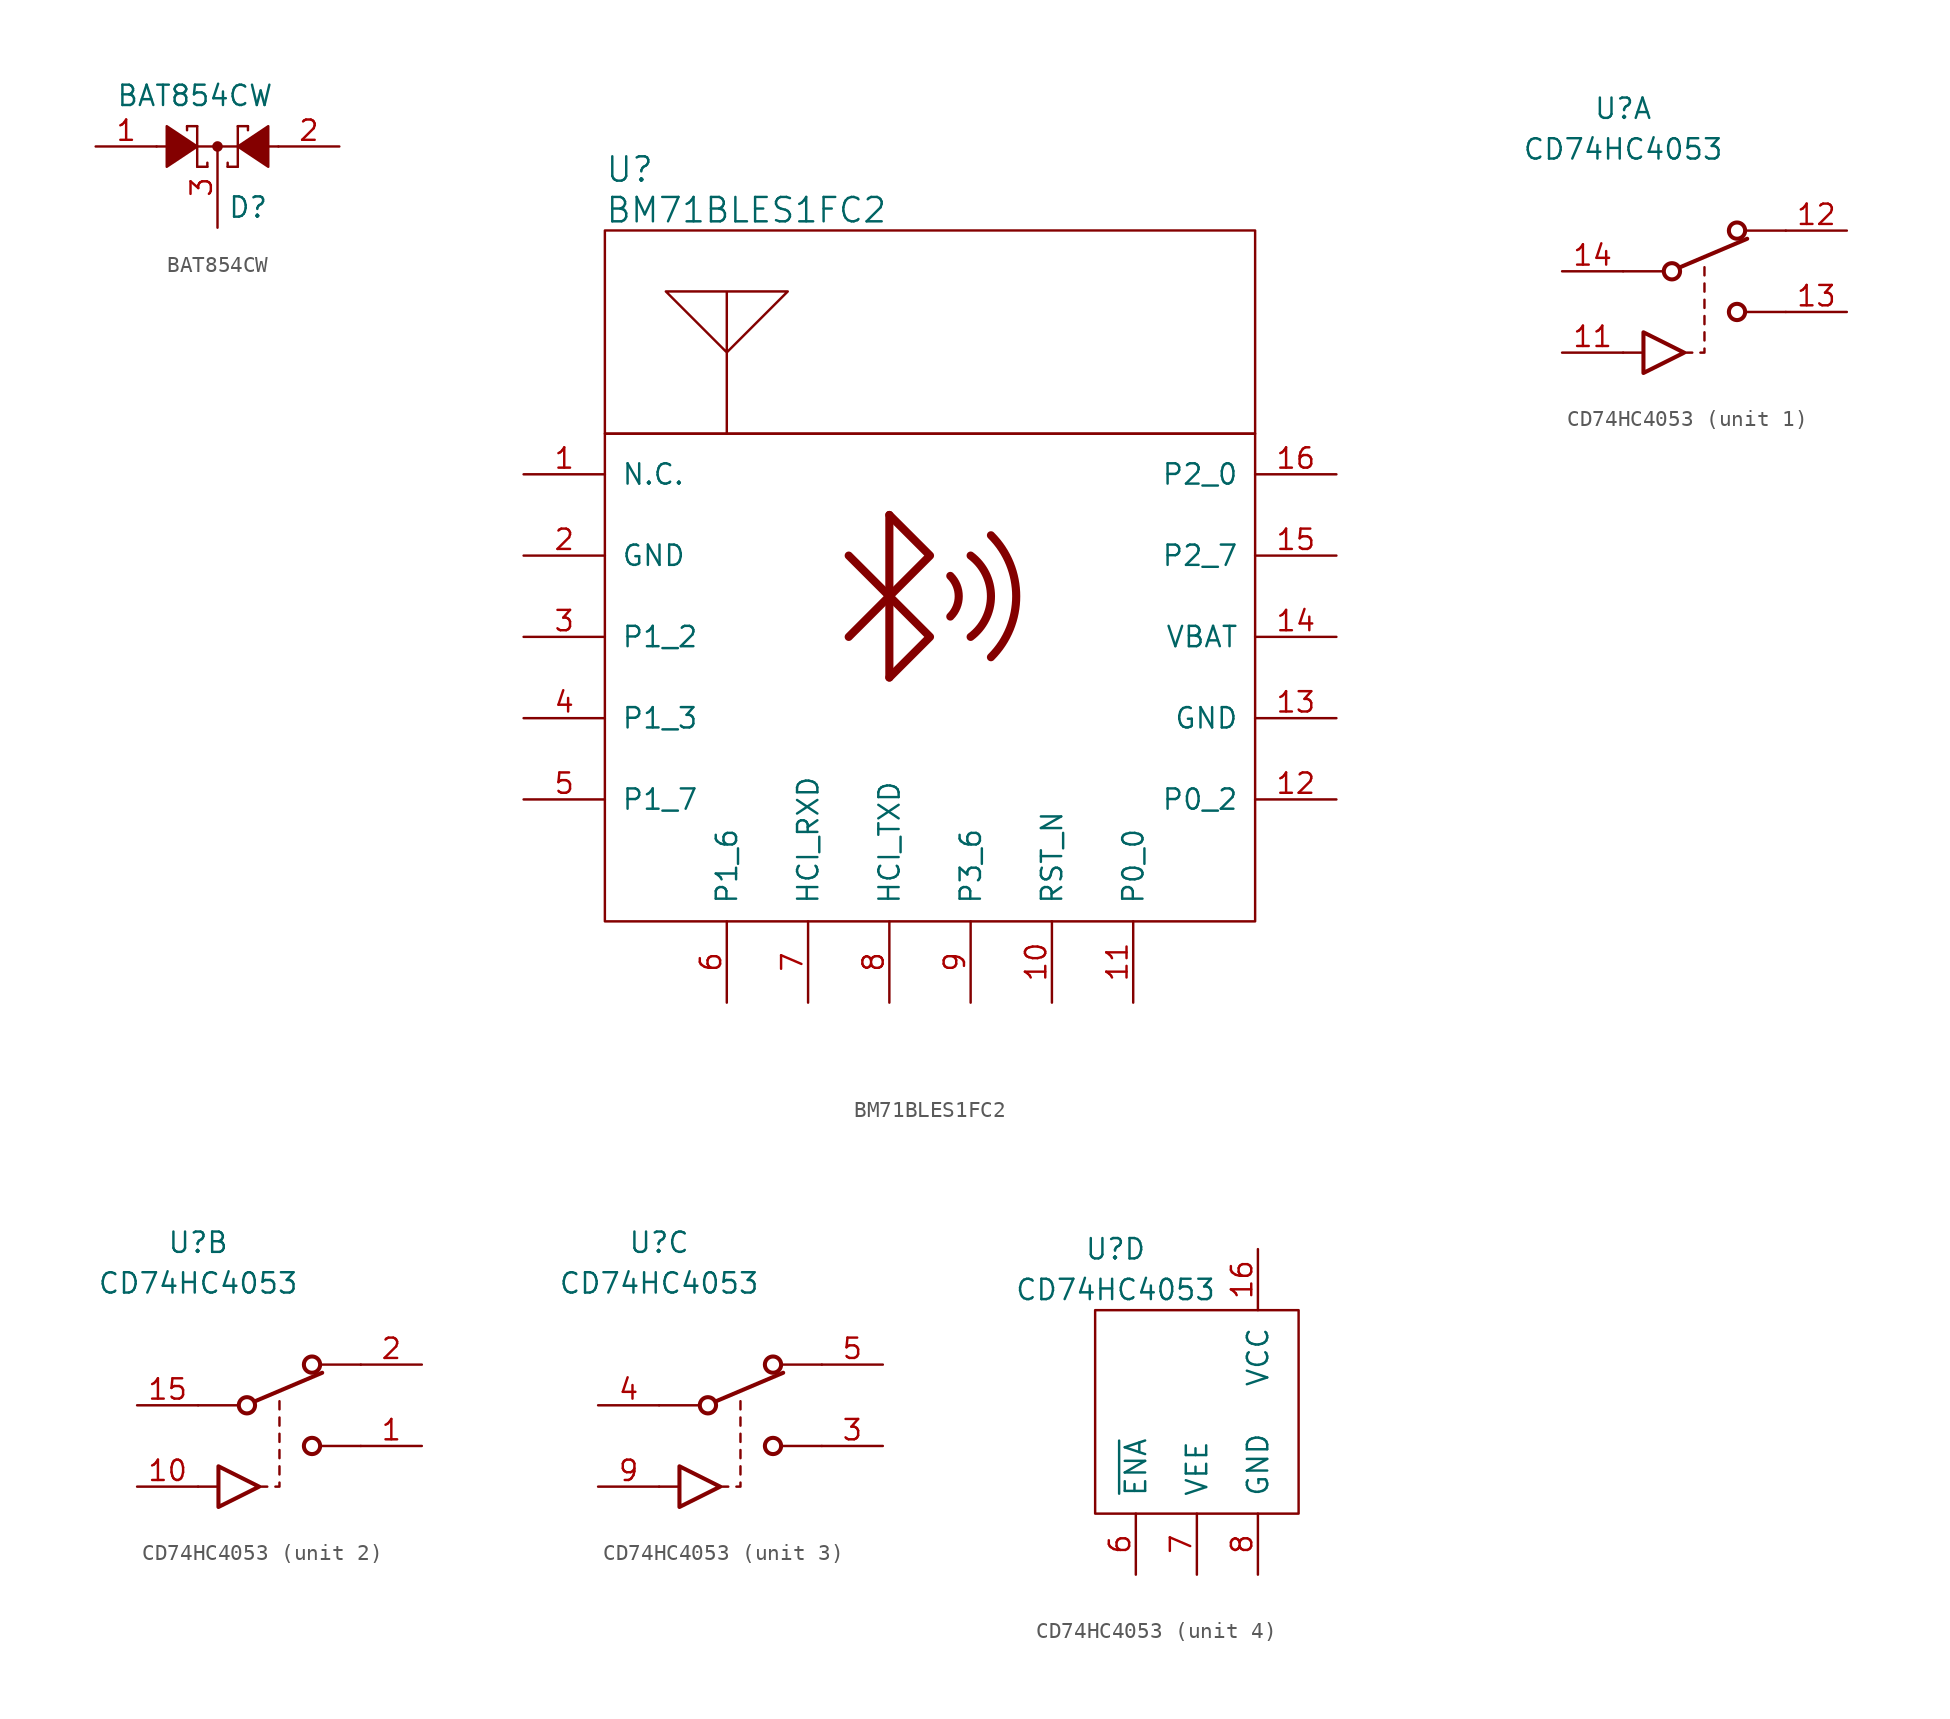
<source format=kicad_sym>
(kicad_symbol_lib
  (version 20211014)
  (generator kicad_symbol_editor)
  (symbol "BAT854CW"
    (pin_names
      (offset 1.016))
    (property "Reference" "D"
      (at 0.635 -3.81 0)
      (effects (font (size 1.27 1.27)) (justify left)))
    (property "Value" "BAT854CW"
      (at -6.35 3.175 0)
      (effects (font (size 1.27 1.27)) (justify left)))
    (symbol "BAT854CW_0_1"
      (polyline (pts (xy -1.905 0) (xy 1.905 0)) (stroke (width 0) (type default) (color 0 0 0 0)) (fill (type none)))
      (polyline (pts (xy -1.905 1.27) (xy -1.905 1.016)) (stroke (width 0) (type default) (color 0 0 0 0)) (fill (type none)))
      (polyline (pts (xy -1.27 -1.27) (xy -0.635 -1.27)) (stroke (width 0) (type default) (color 0 0 0 0)) (fill (type none)))
      (polyline (pts (xy -1.27 0) (xy -3.81 0)) (stroke (width 0) (type default) (color 0 0 0 0)) (fill (type none)))
      (polyline (pts (xy -1.27 1.27) (xy -1.905 1.27)) (stroke (width 0) (type default) (color 0 0 0 0)) (fill (type none)))
      (polyline (pts (xy -1.27 1.27) (xy -1.27 -1.27)) (stroke (width 0) (type default) (color 0 0 0 0)) (fill (type none)))
      (polyline (pts (xy -0.635 -1.27) (xy -0.635 -1.016)) (stroke (width 0) (type default) (color 0 0 0 0)) (fill (type none)))
      (polyline (pts (xy 0.635 -1.27) (xy 0.635 -1.016)) (stroke (width 0) (type default) (color 0 0 0 0)) (fill (type none)))
      (polyline (pts (xy 1.27 -1.27) (xy 0.635 -1.27)) (stroke (width 0) (type default) (color 0 0 0 0)) (fill (type none)))
      (polyline (pts (xy 1.27 1.27) (xy 1.27 -1.27)) (stroke (width 0) (type default) (color 0 0 0 0)) (fill (type none)))
      (polyline (pts (xy 1.27 1.27) (xy 1.905 1.27)) (stroke (width 0) (type default) (color 0 0 0 0)) (fill (type none)))
      (polyline (pts (xy 1.905 1.27) (xy 1.905 1.016)) (stroke (width 0) (type default) (color 0 0 0 0)) (fill (type none)))
      (polyline (pts (xy 3.81 0) (xy 1.27 0)) (stroke (width 0) (type default) (color 0 0 0 0)) (fill (type none)))
      (polyline (pts (xy -3.175 -1.27) (xy -3.175 1.27) (xy -1.27 0) (xy -3.175 -1.27)) (stroke (width 0) (type default) (color 0 0 0 0)) (fill (type outline)))
      (polyline (pts (xy 3.175 -1.27) (xy 3.175 1.27) (xy 1.27 0) (xy 3.175 -1.27)) (stroke (width 0) (type default) (color 0 0 0 0)) (fill (type outline)))
      (circle (center 0 0) (radius 0.254) (stroke (width 0) (type default) (color 0 0 0 0)) (fill (type outline))))
    (symbol "BAT854CW_1_1"
      (pin passive line (at -7.62 0 0) (length 3.81) (name "~" (effects (font (size 1.27 1.27)))) (number "1" (effects (font (size 1.27 1.27)))))
      (pin passive line (at 7.62 0 180) (length 3.81) (name "~" (effects (font (size 1.27 1.27)))) (number "2" (effects (font (size 1.27 1.27)))))
      (pin passive line (at 0 -5.08 90) (length 5.08) (name "~" (effects (font (size 1.27 1.27)))) (number "3" (effects (font (size 1.27 1.27)))))))
  (symbol "BM71BLES1FC2"
    (pin_names
      (offset 1.016))
    (property "Reference" "U"
      (at -20.32 26.67 0)
      (effects (font (size 1.524 1.524)) (justify left)))
    (property "Value" "BM71BLES1FC2"
      (at -20.32 24.13 0)
      (effects (font (size 1.524 1.524)) (justify left)))
    (symbol "BM71BLES1FC2_0_1"
      (rectangle (start -20.32 10.16) (end 20.32 -20.32) (stroke (width 0) (type default) (color 0 0 0 0)) (fill (type none)))
      (rectangle (start -20.32 10.16) (end 20.32 22.86) (stroke (width 0) (type default) (color 0 0 0 0)) (fill (type none)))
      (polyline (pts (xy -2.54 5.08) (xy -2.54 -5.08)) (stroke (width 0.508) (type default) (color 0 0 0 0)) (fill (type none)))
      (polyline (pts (xy -2.54 -5.08) (xy 0 -2.54) (xy -5.08 2.54)) (stroke (width 0.508) (type default) (color 0 0 0 0)) (fill (type none)))
      (polyline (pts (xy -2.54 5.08) (xy 0 2.54) (xy -5.08 -2.54)) (stroke (width 0.508) (type default) (color 0 0 0 0)) (fill (type none)))
      (polyline (pts (xy -12.7 10.16) (xy -12.7 15.24) (xy -16.51 19.05) (xy -8.89 19.05) (xy -12.7 15.24) (xy -12.7 19.05)) (stroke (width 0) (type default) (color 0 0 0 0)) (fill (type none)))
      (arc (start 1.27 -1.27) (mid 1.7961 0) (end 1.27 1.27) (stroke (width 0.508) (type default) (color 0 0 0 0)) (fill (type none)))
      (arc (start 2.54 -2.54) (mid 3.81 0) (end 2.54 2.54) (stroke (width 0.508) (type default) (color 0 0 0 0)) (fill (type none)))
      (arc (start 3.81 -3.81) (mid 5.3882 0) (end 3.81 3.81) (stroke (width 0.508) (type default) (color 0 0 0 0)) (fill (type none))))
    (symbol "BM71BLES1FC2_1_1"
      (pin input line (at -25.4 7.62 0) (length 5.08) (name "N.C." (effects (font (size 1.27 1.27)))) (number "1" (effects (font (size 1.27 1.27)))))
      (pin input line (at 7.62 -25.4 90) (length 5.08) (name "RST_N" (effects (font (size 1.27 1.27)))) (number "10" (effects (font (size 1.27 1.27)))))
      (pin input line (at 12.7 -25.4 90) (length 5.08) (name "P0_0" (effects (font (size 1.27 1.27)))) (number "11" (effects (font (size 1.27 1.27)))))
      (pin input line (at 25.4 -12.7 180) (length 5.08) (name "P0_2" (effects (font (size 1.27 1.27)))) (number "12" (effects (font (size 1.27 1.27)))))
      (pin input line (at 25.4 -7.62 180) (length 5.08) (name "GND" (effects (font (size 1.27 1.27)))) (number "13" (effects (font (size 1.27 1.27)))))
      (pin input line (at 25.4 -2.54 180) (length 5.08) (name "VBAT" (effects (font (size 1.27 1.27)))) (number "14" (effects (font (size 1.27 1.27)))))
      (pin input line (at 25.4 2.54 180) (length 5.08) (name "P2_7" (effects (font (size 1.27 1.27)))) (number "15" (effects (font (size 1.27 1.27)))))
      (pin input line (at 25.4 7.62 180) (length 5.08) (name "P2_0" (effects (font (size 1.27 1.27)))) (number "16" (effects (font (size 1.27 1.27)))))
      (pin input line (at -25.4 2.54 0) (length 5.08) (name "GND" (effects (font (size 1.27 1.27)))) (number "2" (effects (font (size 1.27 1.27)))))
      (pin input line (at -25.4 -2.54 0) (length 5.08) (name "P1_2" (effects (font (size 1.27 1.27)))) (number "3" (effects (font (size 1.27 1.27)))))
      (pin input line (at -25.4 -7.62 0) (length 5.08) (name "P1_3" (effects (font (size 1.27 1.27)))) (number "4" (effects (font (size 1.27 1.27)))))
      (pin input line (at -25.4 -12.7 0) (length 5.08) (name "P1_7" (effects (font (size 1.27 1.27)))) (number "5" (effects (font (size 1.27 1.27)))))
      (pin input line (at -12.7 -25.4 90) (length 5.08) (name "P1_6" (effects (font (size 1.27 1.27)))) (number "6" (effects (font (size 1.27 1.27)))))
      (pin input line (at -7.62 -25.4 90) (length 5.08) (name "HCI_RXD" (effects (font (size 1.27 1.27)))) (number "7" (effects (font (size 1.27 1.27)))))
      (pin input line (at -2.54 -25.4 90) (length 5.08) (name "HCI_TXD" (effects (font (size 1.27 1.27)))) (number "8" (effects (font (size 1.27 1.27)))))
      (pin input line (at 2.54 -25.4 90) (length 5.08) (name "P3_6" (effects (font (size 1.27 1.27)))) (number "9" (effects (font (size 1.27 1.27)))))))
  (symbol "CD74HC4053"
    (pin_names
      (offset 1.016))
    (property "Reference" "U"
      (at -5.08 10.16 0)
      (effects (font (size 1.27 1.27))))
    (property "Value" "CD74HC4053"
      (at -5.08 7.62 0)
      (effects (font (size 1.27 1.27))))
    (property "ki_locked" ""
      (at 0 0 0)
      (effects (font (size 1.27 1.27))))
    (symbol "CD74HC4053_1_1"
      (circle (center -2.032 0) (radius 0.508) (stroke (width 0.254) (type default) (color 0 0 0 0)) (fill (type none)))
      (polyline (pts (xy -3.81 -5.08) (xy -5.08 -5.08)) (stroke (width 0) (type default) (color 0 0 0 0)) (fill (type none)))
      (polyline (pts (xy -2.54 0) (xy -5.08 0)) (stroke (width 0) (type default) (color 0 0 0 0)) (fill (type none)))
      (polyline (pts (xy -1.524 0.254) (xy 2.667 2.032)) (stroke (width 0.254) (type default) (color 0 0 0 0)) (fill (type none)))
      (polyline (pts (xy -1.27 -5.08) (xy -0.762 -5.08)) (stroke (width 0) (type default) (color 0 0 0 0)) (fill (type none)))
      (polyline (pts (xy 0 -4.318) (xy 0 -3.81)) (stroke (width 0) (type default) (color 0 0 0 0)) (fill (type none)))
      (polyline (pts (xy 0 -3.302) (xy 0 -2.794)) (stroke (width 0) (type default) (color 0 0 0 0)) (fill (type none)))
      (polyline (pts (xy 0 -2.286) (xy 0 -1.778)) (stroke (width 0) (type default) (color 0 0 0 0)) (fill (type none)))
      (polyline (pts (xy 0 -1.27) (xy 0 -0.762)) (stroke (width 0) (type default) (color 0 0 0 0)) (fill (type none)))
      (polyline (pts (xy 0 -0.254) (xy 0 0.254)) (stroke (width 0) (type default) (color 0 0 0 0)) (fill (type none)))
      (polyline (pts (xy 2.54 -2.54) (xy 5.08 -2.54)) (stroke (width 0) (type default) (color 0 0 0 0)) (fill (type none)))
      (polyline (pts (xy 2.54 2.54) (xy 5.08 2.54)) (stroke (width 0) (type default) (color 0 0 0 0)) (fill (type none)))
      (polyline (pts (xy -0.254 -5.08) (xy 0 -5.08) (xy 0 -4.826)) (stroke (width 0) (type default) (color 0 0 0 0)) (fill (type none)))
      (polyline (pts (xy -3.81 -3.81) (xy -1.27 -5.08) (xy -3.81 -6.35) (xy -3.81 -3.81)) (stroke (width 0.254) (type default) (color 0 0 0 0)) (fill (type none)))
      (circle (center 2.032 -2.54) (radius 0.508) (stroke (width 0.254) (type default) (color 0 0 0 0)) (fill (type none)))
      (circle (center 2.032 2.54) (radius 0.508) (stroke (width 0.254) (type default) (color 0 0 0 0)) (fill (type none)))
      (pin input line (at -8.89 -5.08 0) (length 3.81) (name "~" (effects (font (size 1.27 1.27)))) (number "11" (effects (font (size 1.27 1.27)))))
      (pin passive line (at 8.89 2.54 180) (length 3.81) (name "~" (effects (font (size 1.27 1.27)))) (number "12" (effects (font (size 1.27 1.27)))))
      (pin passive line (at 8.89 -2.54 180) (length 3.81) (name "~" (effects (font (size 1.27 1.27)))) (number "13" (effects (font (size 1.27 1.27)))))
      (pin passive line (at -8.89 0 0) (length 3.81) (name "~" (effects (font (size 1.27 1.27)))) (number "14" (effects (font (size 1.27 1.27))))))
    (symbol "CD74HC4053_2_1"
      (circle (center -2.032 0) (radius 0.508) (stroke (width 0.254) (type default) (color 0 0 0 0)) (fill (type none)))
      (polyline (pts (xy -5.08 -5.08) (xy -3.81 -5.08)) (stroke (width 0) (type default) (color 0 0 0 0)) (fill (type none)))
      (polyline (pts (xy -2.54 0) (xy -5.08 0)) (stroke (width 0) (type default) (color 0 0 0 0)) (fill (type none)))
      (polyline (pts (xy -1.524 0.254) (xy 2.667 2.032)) (stroke (width 0.254) (type default) (color 0 0 0 0)) (fill (type none)))
      (polyline (pts (xy -1.27 -5.08) (xy -0.762 -5.08)) (stroke (width 0) (type default) (color 0 0 0 0)) (fill (type none)))
      (polyline (pts (xy 0 -4.318) (xy 0 -3.81)) (stroke (width 0) (type default) (color 0 0 0 0)) (fill (type none)))
      (polyline (pts (xy 0 -3.302) (xy 0 -2.794)) (stroke (width 0) (type default) (color 0 0 0 0)) (fill (type none)))
      (polyline (pts (xy 0 -2.286) (xy 0 -1.778)) (stroke (width 0) (type default) (color 0 0 0 0)) (fill (type none)))
      (polyline (pts (xy 0 -0.254) (xy 0 0.254)) (stroke (width 0) (type default) (color 0 0 0 0)) (fill (type none)))
      (polyline (pts (xy 2.54 -2.54) (xy 5.08 -2.54)) (stroke (width 0) (type default) (color 0 0 0 0)) (fill (type none)))
      (polyline (pts (xy 2.54 2.54) (xy 5.08 2.54)) (stroke (width 0) (type default) (color 0 0 0 0)) (fill (type none)))
      (polyline (pts (xy -0.254 -5.08) (xy 0 -5.08) (xy 0 -4.826)) (stroke (width 0) (type default) (color 0 0 0 0)) (fill (type none)))
      (polyline (pts (xy 0 -1.27) (xy 0 -0.762) (xy 0 -1.016)) (stroke (width 0) (type default) (color 0 0 0 0)) (fill (type none)))
      (polyline (pts (xy -3.81 -5.08) (xy -3.81 -3.81) (xy -1.27 -5.08) (xy -3.81 -6.35) (xy -3.81 -5.08)) (stroke (width 0.254) (type default) (color 0 0 0 0)) (fill (type none)))
      (circle (center 2.032 -2.54) (radius 0.508) (stroke (width 0.254) (type default) (color 0 0 0 0)) (fill (type none)))
      (circle (center 2.032 2.54) (radius 0.508) (stroke (width 0.254) (type default) (color 0 0 0 0)) (fill (type none)))
      (pin passive line (at 8.89 -2.54 180) (length 3.81) (name "~" (effects (font (size 1.27 1.27)))) (number "1" (effects (font (size 1.27 1.27)))))
      (pin input line (at -8.89 -5.08 0) (length 3.81) (name "~" (effects (font (size 1.27 1.27)))) (number "10" (effects (font (size 1.27 1.27)))))
      (pin passive line (at -8.89 0 0) (length 3.81) (name "~" (effects (font (size 1.27 1.27)))) (number "15" (effects (font (size 1.27 1.27)))))
      (pin passive line (at 8.89 2.54 180) (length 3.81) (name "~" (effects (font (size 1.27 1.27)))) (number "2" (effects (font (size 1.27 1.27))))))
    (symbol "CD74HC4053_3_1"
      (circle (center -2.032 0) (radius 0.508) (stroke (width 0.254) (type default) (color 0 0 0 0)) (fill (type none)))
      (polyline (pts (xy -5.08 -5.08) (xy -3.81 -5.08)) (stroke (width 0) (type default) (color 0 0 0 0)) (fill (type none)))
      (polyline (pts (xy -2.54 0) (xy -5.08 0)) (stroke (width 0) (type default) (color 0 0 0 0)) (fill (type none)))
      (polyline (pts (xy -1.524 0.254) (xy 2.667 2.032)) (stroke (width 0.254) (type default) (color 0 0 0 0)) (fill (type none)))
      (polyline (pts (xy -1.27 -5.08) (xy -0.762 -5.08)) (stroke (width 0) (type default) (color 0 0 0 0)) (fill (type none)))
      (polyline (pts (xy 0 -4.318) (xy 0 -3.81)) (stroke (width 0) (type default) (color 0 0 0 0)) (fill (type none)))
      (polyline (pts (xy 0 -3.302) (xy 0 -2.794)) (stroke (width 0) (type default) (color 0 0 0 0)) (fill (type none)))
      (polyline (pts (xy 0 -2.286) (xy 0 -1.778)) (stroke (width 0) (type default) (color 0 0 0 0)) (fill (type none)))
      (polyline (pts (xy 0 -0.254) (xy 0 0.254)) (stroke (width 0) (type default) (color 0 0 0 0)) (fill (type none)))
      (polyline (pts (xy 2.54 -2.54) (xy 5.08 -2.54)) (stroke (width 0) (type default) (color 0 0 0 0)) (fill (type none)))
      (polyline (pts (xy 2.54 2.54) (xy 5.08 2.54)) (stroke (width 0) (type default) (color 0 0 0 0)) (fill (type none)))
      (polyline (pts (xy -0.254 -5.08) (xy 0 -5.08) (xy 0 -4.826)) (stroke (width 0) (type default) (color 0 0 0 0)) (fill (type none)))
      (polyline (pts (xy 0 -1.27) (xy 0 -0.762) (xy 0 -1.016)) (stroke (width 0) (type default) (color 0 0 0 0)) (fill (type none)))
      (polyline (pts (xy -3.81 -5.08) (xy -3.81 -3.81) (xy -1.27 -5.08) (xy -3.81 -6.35) (xy -3.81 -5.08)) (stroke (width 0.254) (type default) (color 0 0 0 0)) (fill (type none)))
      (circle (center 2.032 -2.54) (radius 0.508) (stroke (width 0.254) (type default) (color 0 0 0 0)) (fill (type none)))
      (circle (center 2.032 2.54) (radius 0.508) (stroke (width 0.254) (type default) (color 0 0 0 0)) (fill (type none)))
      (pin passive line (at 8.89 -2.54 180) (length 3.81) (name "~" (effects (font (size 1.27 1.27)))) (number "3" (effects (font (size 1.27 1.27)))))
      (pin passive line (at -8.89 0 0) (length 3.81) (name "~" (effects (font (size 1.27 1.27)))) (number "4" (effects (font (size 1.27 1.27)))))
      (pin passive line (at 8.89 2.54 180) (length 3.81) (name "~" (effects (font (size 1.27 1.27)))) (number "5" (effects (font (size 1.27 1.27)))))
      (pin input line (at -8.89 -5.08 0) (length 3.81) (name "~" (effects (font (size 1.27 1.27)))) (number "9" (effects (font (size 1.27 1.27))))))
    (symbol "CD74HC4053_4_1"
      (rectangle (start -6.35 6.35) (end 6.35 -6.35) (stroke (width 0) (type default) (color 0 0 0 0)) (fill (type none)))
      (pin power_in line (at 3.81 10.16 270) (length 3.81) (name "VCC" (effects (font (size 1.27 1.27)))) (number "16" (effects (font (size 1.27 1.27)))))
      (pin input line (at -3.81 -10.16 90) (length 3.81) (name "~{ENA}" (effects (font (size 1.27 1.27)))) (number "6" (effects (font (size 1.27 1.27)))))
      (pin power_in line (at 0 -10.16 90) (length 3.81) (name "VEE" (effects (font (size 1.27 1.27)))) (number "7" (effects (font (size 1.27 1.27)))))
      (pin power_in line (at 3.81 -10.16 90) (length 3.81) (name "GND" (effects (font (size 1.27 1.27)))) (number "8" (effects (font (size 1.27 1.27))))))))
</source>
